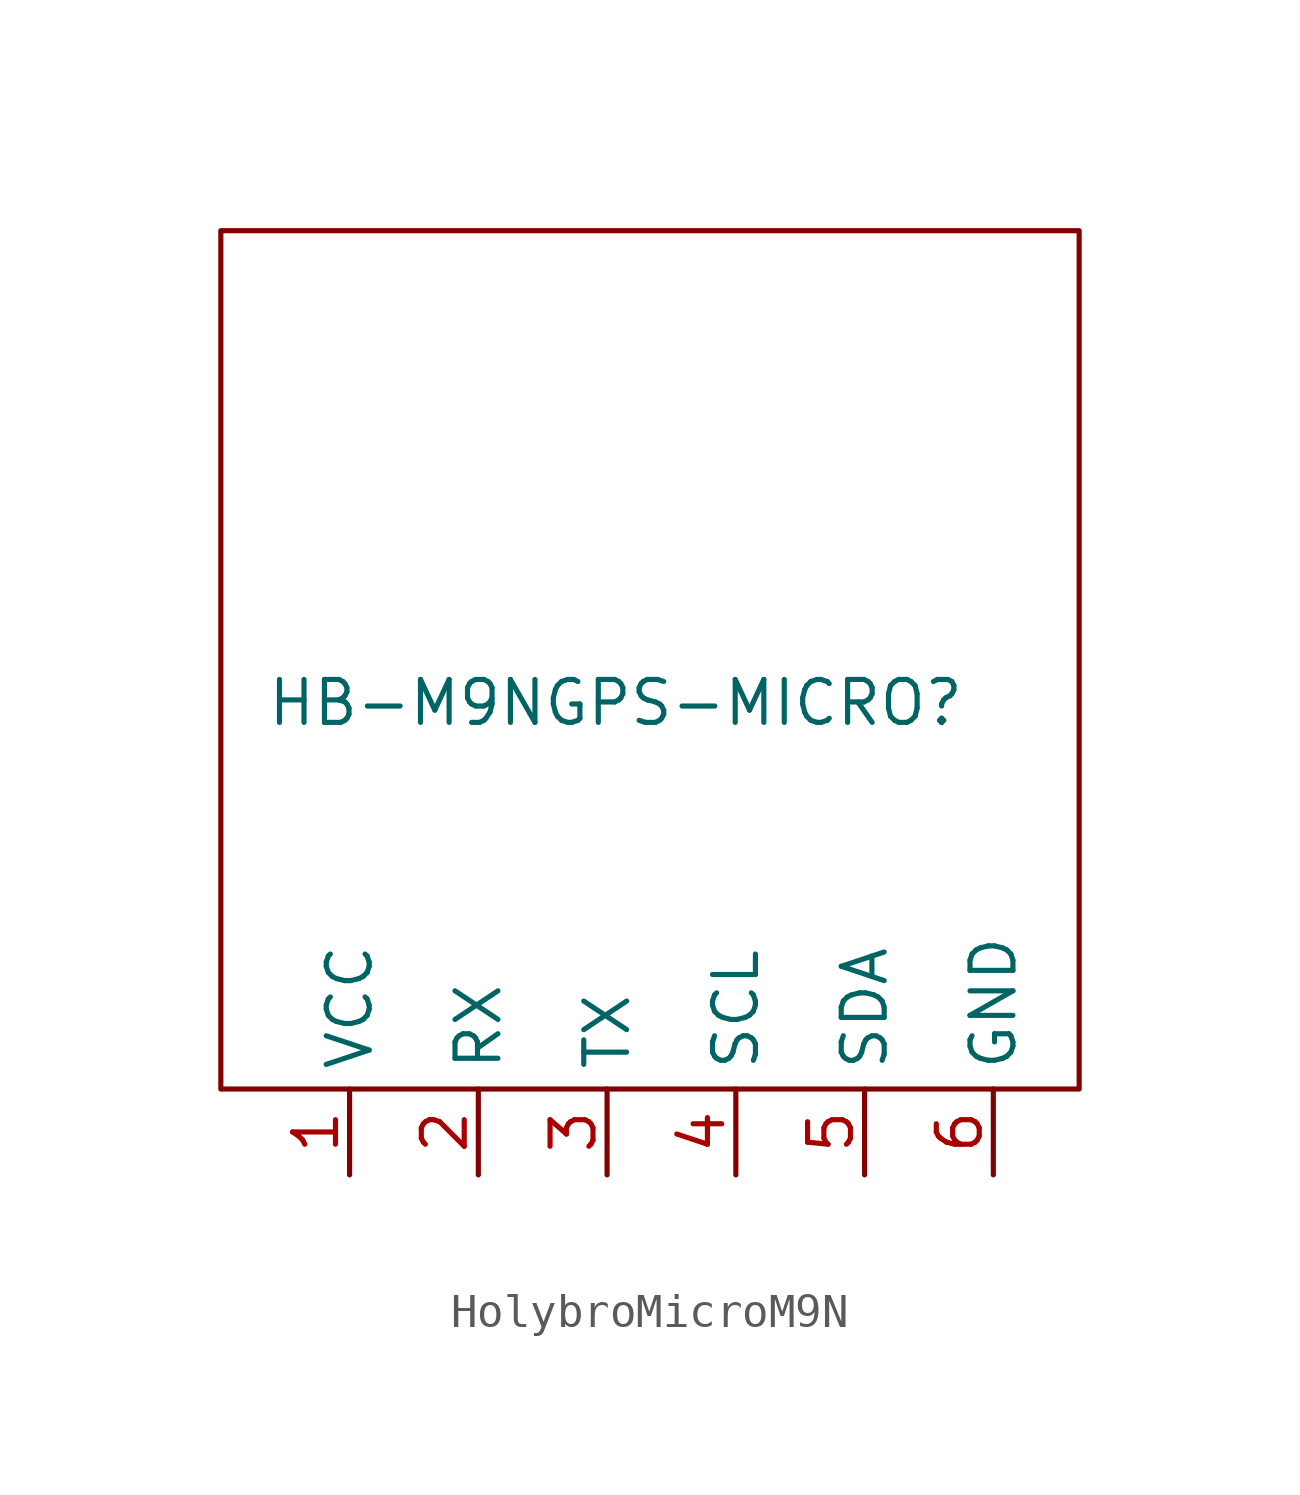
<source format=kicad_sym>
(kicad_symbol_lib
  (version 20231120)
  (generator "kicad_symbol_editor")
  (generator_version "8.0")
  (symbol "HolybroMicroM9N"
    (property "Reference" "HB-M9NGPS-MICRO"
      (at -1.016 -1.27 0)
      (effects (font (size 1.27 1.27))))
    (property "Value" ""
      (at 0 0 0)
      (effects (font (size 1.27 1.27))))
    (symbol "HolybroMicroM9N_0_1"
      (rectangle (start -12.7 12.7) (end 12.7 -12.7) (stroke (width 0) (type default)) (fill (type none))))
    (symbol "HolybroMicroM9N_1_1"
      (pin input line (at -8.89 -15.24 90) (length 2.54) (name "VCC" (effects (font (size 1.27 1.27)))) (number "1" (effects (font (size 1.27 1.27)))))
      (pin input line (at -5.08 -15.24 90) (length 2.54) (name "RX" (effects (font (size 1.27 1.27)))) (number "2" (effects (font (size 1.27 1.27)))))
      (pin input line (at -1.27 -15.24 90) (length 2.54) (name "TX" (effects (font (size 1.27 1.27)))) (number "3" (effects (font (size 1.27 1.27)))))
      (pin input line (at 2.54 -15.24 90) (length 2.54) (name "SCL" (effects (font (size 1.27 1.27)))) (number "4" (effects (font (size 1.27 1.27)))))
      (pin input line (at 6.35 -15.24 90) (length 2.54) (name "SDA" (effects (font (size 1.27 1.27)))) (number "5" (effects (font (size 1.27 1.27)))))
      (pin input line (at 10.16 -15.24 90) (length 2.54) (name "GND" (effects (font (size 1.27 1.27)))) (number "6" (effects (font (size 1.27 1.27))))))))
</source>
